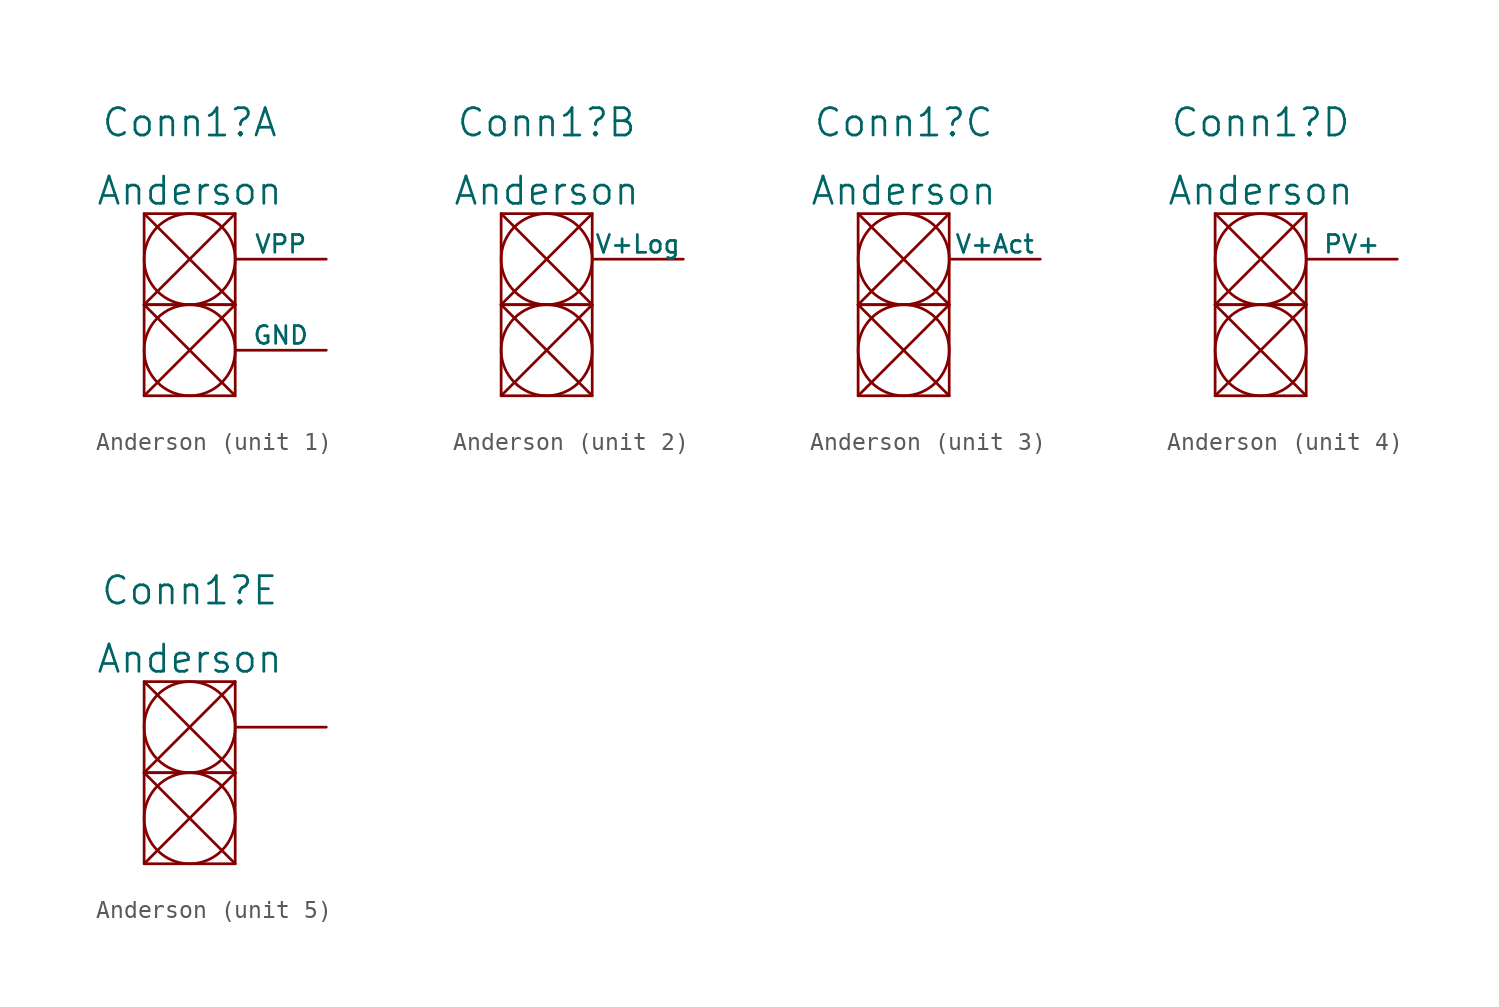
<source format=kicad_sym>
(kicad_symbol_lib
  (version 20211014)
  (generator kicad_symbol_editor)
  (symbol "Anderson"
    (pin_numbers hide)
    (pin_names
      (offset 0))
    (property "Reference" "Conn1"
      (at 2.54 10.16 0)
      (effects (font (size 1.524 1.524))))
    (property "Value" "Anderson"
      (at 2.54 6.35 0)
      (effects (font (size 1.524 1.524))))
    (property "ki_locked" ""
      (at 0 0 0)
      (effects (font (size 1.27 1.27))))
    (symbol "Anderson_0_1"
      (rectangle (start 0 -5.08) (end 5.08 0) (stroke (width 0) (type default) (color 0 0 0 0)) (fill (type none)))
      (polyline (pts (xy 0 0) (xy 5.08 -5.08)) (stroke (width 0) (type default) (color 0 0 0 0)) (fill (type none)))
      (polyline (pts (xy 0 5.08) (xy 5.08 0)) (stroke (width 0) (type default) (color 0 0 0 0)) (fill (type none)))
      (polyline (pts (xy 5.08 0) (xy 0 -5.08)) (stroke (width 0) (type default) (color 0 0 0 0)) (fill (type none)))
      (polyline (pts (xy 5.08 5.08) (xy 0 0)) (stroke (width 0) (type default) (color 0 0 0 0)) (fill (type none)))
      (rectangle (start 0 0) (end 5.08 5.08) (stroke (width 0) (type default) (color 0 0 0 0)) (fill (type none)))
      (circle (center 2.54 -2.54) (radius 2.54) (stroke (width 0) (type default) (color 0 0 0 0)) (fill (type none)))
      (circle (center 2.54 2.54) (radius 2.54) (stroke (width 0) (type default) (color 0 0 0 0)) (fill (type none))))
    (symbol "Anderson_1_1"
      (pin input line (at 10.16 2.54 180) (length 5.08) (name "VPP" (effects (font (size 0.991 0.991)))) (number "1" (effects (font (size 1.27 1.27)))))
      (pin input line (at 10.16 -2.54 180) (length 5.08) (name "GND" (effects (font (size 0.991 0.991)))) (number "2" (effects (font (size 1.27 1.27))))))
    (symbol "Anderson_2_1"
      (pin input line (at 10.16 2.54 180) (length 5.08) (name "V+Log" (effects (font (size 0.991 0.991)))) (number "2" (effects (font (size 1.27 1.27))))))
    (symbol "Anderson_3_1"
      (pin input line (at 10.16 2.54 180) (length 5.08) (name "V+Act" (effects (font (size 0.991 0.991)))) (number "3" (effects (font (size 1.27 1.27))))))
    (symbol "Anderson_4_1"
      (pin input line (at 10.16 2.54 180) (length 5.08) (name "PV+" (effects (font (size 0.991 0.991)))) (number "4" (effects (font (size 1.27 1.27))))))
    (symbol "Anderson_5_1"
      (pin input line (at 10.16 2.54 180) (length 5.08) (name "~" (effects (font (size 0.991 0.991)))) (number "1" (effects (font (size 1.27 1.27))))))))
</source>
